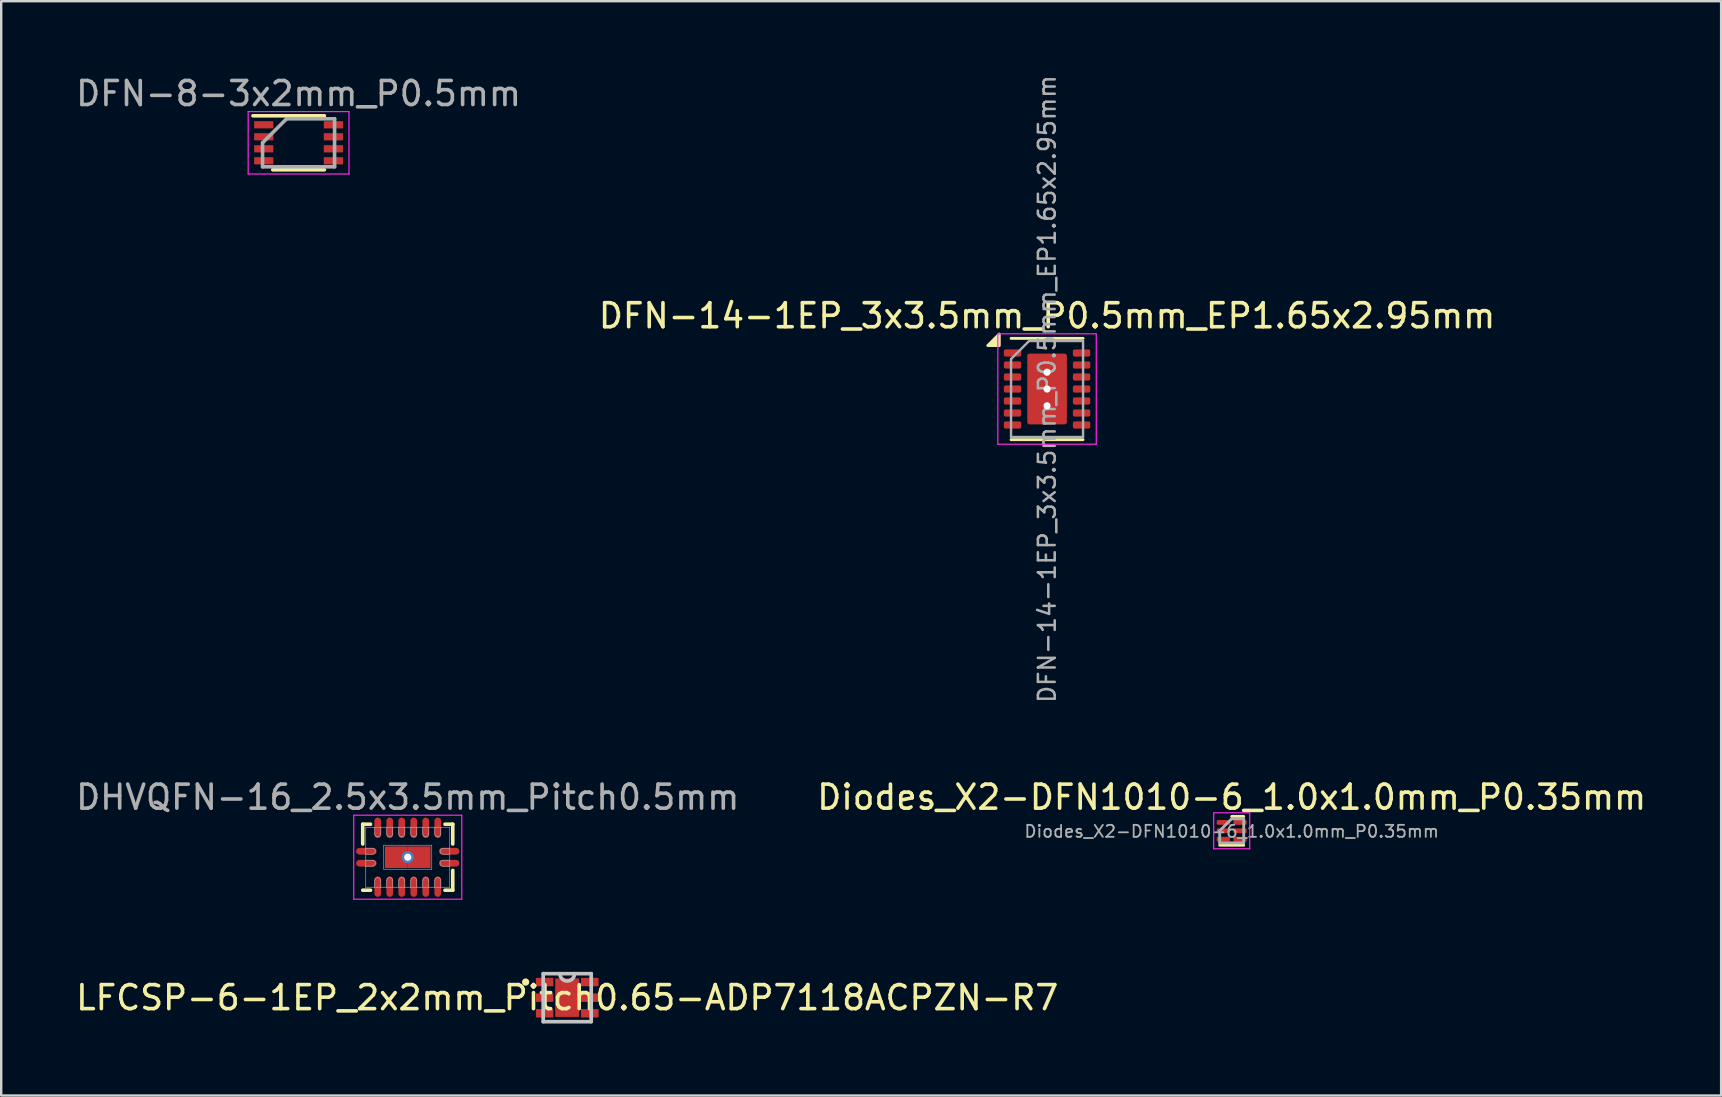
<source format=kicad_pcb>
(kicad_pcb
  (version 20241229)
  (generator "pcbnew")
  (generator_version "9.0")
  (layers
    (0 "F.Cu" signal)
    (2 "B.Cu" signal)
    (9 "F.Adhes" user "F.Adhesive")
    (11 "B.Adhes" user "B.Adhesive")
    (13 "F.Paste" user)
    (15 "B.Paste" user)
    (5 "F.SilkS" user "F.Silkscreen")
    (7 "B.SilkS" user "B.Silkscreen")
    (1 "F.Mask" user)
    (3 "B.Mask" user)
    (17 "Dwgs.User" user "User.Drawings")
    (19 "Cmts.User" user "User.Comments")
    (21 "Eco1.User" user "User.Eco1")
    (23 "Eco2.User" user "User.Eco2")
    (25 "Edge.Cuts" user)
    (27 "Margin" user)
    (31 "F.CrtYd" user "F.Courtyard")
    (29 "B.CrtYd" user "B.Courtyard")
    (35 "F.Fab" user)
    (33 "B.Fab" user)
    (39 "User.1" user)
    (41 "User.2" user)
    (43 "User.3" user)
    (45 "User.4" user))
  (footprint "LFCSP-6-1EP_2x2mm_Pitch0.65-ADP7118ACPZN-R7"
    (layer "F.Cu")
    (at 20.577 38.508)
    (property "Reference" "LFCSP-6-1EP_2x2mm_Pitch0.65-ADP7118ACPZN-R7" (at 0 0 0) (layer "F.SilkS") (effects (font (size 1 1) (thickness 0.15))))
    (attr through_hole)
    (fp_circle (center -1.731 -0.65) (end -1.655 -0.65) (stroke (width 0.152) (type solid)) (fill no) (layer "F.SilkS"))
    (fp_line (start -1 -1) (end -1 1) (stroke (width 0.152) (type solid)) (layer "Dwgs.User"))
    (fp_line (start -1 1) (end 1 1) (stroke (width 0.152) (type solid)) (layer "Dwgs.User"))
    (fp_line (start 1 -1) (end -1 -1) (stroke (width 0.152) (type solid)) (layer "Dwgs.User"))
    (fp_line (start 1 1) (end 1 -1) (stroke (width 0.152) (type solid)) (layer "Dwgs.User"))
    (fp_arc (start 0.3048 -1) (mid 0 -0.6952) (end -0.3048 -1) (stroke (width 0.1524) (type solid)) (layer "Dwgs.User"))
    (fp_text user "Copyright 2016 Accelerated Designs. All rights reserved." (at 0 0 0) (layer "Cmts.User") (effects (font (size 0.127 0.127) (thickness 0.002))))
    (pad "" smd rect (at -0.94 -0.65) (size 0.73 0.35) (layers "F.Mask"))
    (pad "" smd rect (at -0.94 -0.65) (size 0.73 0.35) (layers "F.Paste"))
    (pad "" smd rect (at -0.94 0) (size 0.73 0.35) (layers "F.Mask"))
    (pad "" smd rect (at -0.94 0) (size 0.73 0.35) (layers "F.Paste"))
    (pad "" smd rect (at -0.94 0.65) (size 0.73 0.35) (layers "F.Mask"))
    (pad "" smd rect (at -0.94 0.65) (size 0.73 0.35) (layers "F.Paste"))
    (pad "" smd rect (at 0 0) (size 0.025 0.025) (layers "F.Paste"))
    (pad "" smd rect (at 0 0) (size 1 1.6) (layers "F.Mask"))
    (pad "" smd rect (at 0.94 -0.65) (size 0.73 0.35) (layers "F.Mask"))
    (pad "" smd rect (at 0.94 -0.65) (size 0.73 0.35) (layers "F.Paste"))
    (pad "" smd rect (at 0.94 0) (size 0.73 0.35) (layers "F.Mask"))
    (pad "" smd rect (at 0.94 0) (size 0.73 0.35) (layers "F.Paste"))
    (pad "" smd rect (at 0.94 0.65) (size 0.73 0.35) (layers "F.Mask"))
    (pad "" smd rect (at 0.94 0.65) (size 0.73 0.35) (layers "F.Paste"))
    (pad "1" smd rect (at -0.94 -0.65) (size 0.73 0.35) (layers "F.Cu"))
    (pad "2" smd rect (at -0.94 0) (size 0.73 0.35) (layers "F.Cu"))
    (pad "3" smd rect (at -0.94 0.65) (size 0.73 0.35) (layers "F.Cu"))
    (pad "4" smd rect (at 0.94 0.65) (size 0.73 0.35) (layers "F.Cu"))
    (pad "5" smd rect (at 0.94 0) (size 0.73 0.35) (layers "F.Cu"))
    (pad "6" smd rect (at 0.94 -0.65) (size 0.73 0.35) (layers "F.Cu"))
    (pad "7" smd rect (at 0 0) (size 1 1.6) (layers "F.Cu")))
  (footprint "Diodes_X2-DFN1010-6_1.0x1.0mm_P0.35mm"
    (layer "F.Cu")
    (at 48.256 31.557)
    (property "Reference" "Diodes_X2-DFN1010-6_1.0x1.0mm_P0.35mm" (at 0 -1.4 0) (layer "F.SilkS") (effects (font (size 1 1) (thickness 0.15))))
    (attr smd)
    (fp_line (start -0.5 0.6) (end 0.5 0.6) (stroke (width 0.12) (type solid)) (layer "F.SilkS"))
    (fp_line (start 0 -0.6) (end 0.5 -0.6) (stroke (width 0.12) (type solid)) (layer "F.SilkS"))
    (fp_line (start -0.75 -0.75) (end -0.75 0.75) (stroke (width 0.05) (type solid)) (layer "F.CrtYd"))
    (fp_line (start -0.75 -0.75) (end 0.75 -0.75) (stroke (width 0.05) (type solid)) (layer "F.CrtYd"))
    (fp_line (start 0.75 0.75) (end -0.75 0.75) (stroke (width 0.05) (type solid)) (layer "F.CrtYd"))
    (fp_line (start 0.75 0.75) (end 0.75 -0.75) (stroke (width 0.05) (type solid)) (layer "F.CrtYd"))
    (fp_line (start -0.5 0) (end -0.5 0.5) (stroke (width 0.12) (type solid)) (layer "F.Fab"))
    (fp_line (start -0.5 0.5) (end 0.5 0.5) (stroke (width 0.12) (type solid)) (layer "F.Fab"))
    (fp_line (start 0 -0.5) (end -0.5 0) (stroke (width 0.12) (type solid)) (layer "F.Fab"))
    (fp_line (start 0.5 -0.5) (end 0 -0.5) (stroke (width 0.12) (type solid)) (layer "F.Fab"))
    (fp_line (start 0.5 0.5) (end 0.5 -0.5) (stroke (width 0.12) (type solid)) (layer "F.Fab"))
    (fp_text user "${REFERENCE}" (at 0 0.025 0) (layer "F.Fab") (effects (font (size 0.5 0.5) (thickness 0.075))))
    (pad "1" smd roundrect (at -0.35 -0.35) (size 0.55 0.2) (layers "F.Cu" "F.Mask" "F.Paste") (roundrect_rratio 0.25))
    (pad "2" smd roundrect (at -0.35 0) (size 0.55 0.2) (layers "F.Cu" "F.Mask" "F.Paste") (roundrect_rratio 0.25))
    (pad "3" smd roundrect (at -0.35 0.35) (size 0.55 0.2) (layers "F.Cu" "F.Mask" "F.Paste") (roundrect_rratio 0.25))
    (pad "4" smd roundrect (at 0.35 0.35) (size 0.55 0.2) (layers "F.Cu" "F.Mask" "F.Paste") (roundrect_rratio 0.25))
    (pad "5" smd roundrect (at 0.35 0) (size 0.55 0.2) (layers "F.Cu" "F.Mask" "F.Paste") (roundrect_rratio 0.25))
    (pad "6" smd roundrect (at 0.35 -0.35) (size 0.55 0.2) (layers "F.Cu" "F.Mask" "F.Paste") (roundrect_rratio 0.25)))
  (footprint "DFN-14-1EP_3x3.5mm_P0.5mm_EP1.65x2.95mm"
    (layer "F.Cu")
    (at 40.565 13.154)
    (property "Reference" "DFN-14-1EP_3x3.5mm_P0.5mm_EP1.65x2.95mm" (at 0 -3.05 0) (layer "F.SilkS") (effects (font (size 1 1) (thickness 0.15))))
    (attr smd)
    (fp_line (start -1.5 -2.11) (end 1.5 -2.11) (stroke (width 0.12) (type solid)) (layer "F.SilkS"))
    (fp_line (start -1.5 2.11) (end 1.5 2.11) (stroke (width 0.12) (type solid)) (layer "F.SilkS"))
    (fp_poly (pts (xy -1.99 -1.81) (xy -2.47 -1.81) (xy -1.99 -2.29) (xy -1.99 -1.81)) (stroke (width 0.12) (type solid)) (fill yes) (layer "F.SilkS"))
    (fp_line (start -2.05 -2.3) (end -2.05 2.3) (stroke (width 0.05) (type solid)) (layer "F.CrtYd"))
    (fp_line (start -2.05 -2.3) (end 2.05 -2.3) (stroke (width 0.05) (type solid)) (layer "F.CrtYd"))
    (fp_line (start -2.05 2.3) (end 2.05 2.3) (stroke (width 0.05) (type solid)) (layer "F.CrtYd"))
    (fp_line (start 2.05 -2.3) (end 2.05 2.3) (stroke (width 0.05) (type solid)) (layer "F.CrtYd"))
    (fp_line (start -1.5 -1.25) (end -0.75 -2) (stroke (width 0.1) (type solid)) (layer "F.Fab"))
    (fp_line (start -1.5 2) (end -1.5 -1.25) (stroke (width 0.1) (type solid)) (layer "F.Fab"))
    (fp_line (start -0.75 -2) (end 1.5 -2) (stroke (width 0.1) (type solid)) (layer "F.Fab"))
    (fp_line (start 1.5 -2) (end 1.5 2) (stroke (width 0.1) (type solid)) (layer "F.Fab"))
    (fp_line (start 1.5 2) (end -1.5 2) (stroke (width 0.1) (type solid)) (layer "F.Fab"))
    (fp_text user "${REFERENCE}" (at 0 0 90) (layer "F.Fab") (effects (font (size 0.7 0.7) (thickness 0.105))))
    (pad "" smd rect (at -0.425 -1.1) (size 0.685 0.635) (layers "F.Paste"))
    (pad "" smd rect (at -0.425 -0.339) (size 0.685 0.522) (layers "F.Paste"))
    (pad "" smd rect (at -0.425 0.339) (size 0.685 0.522) (layers "F.Paste"))
    (pad "" smd rect (at -0.425 1.1) (size 0.685 0.635) (layers "F.Paste"))
    (pad "" smd rect (at 0.425 -1.1) (size 0.685 0.635) (layers "F.Paste"))
    (pad "" smd rect (at 0.425 -0.339) (size 0.685 0.522) (layers "F.Paste"))
    (pad "" smd rect (at 0.425 0.339) (size 0.685 0.522) (layers "F.Paste"))
    (pad "" smd rect (at 0.425 1.1) (size 0.685 0.635) (layers "F.Paste"))
    (pad "1" smd roundrect (at -1.438 -1.5) (size 0.725 0.3) (layers "F.Cu" "F.Mask" "F.Paste") (roundrect_rratio 0.25))
    (pad "2" smd roundrect (at -1.438 -1) (size 0.725 0.3) (layers "F.Cu" "F.Mask" "F.Paste") (roundrect_rratio 0.25))
    (pad "3" smd roundrect (at -1.438 -0.5) (size 0.725 0.3) (layers "F.Cu" "F.Mask" "F.Paste") (roundrect_rratio 0.25))
    (pad "4" smd roundrect (at -1.438 0) (size 0.725 0.3) (layers "F.Cu" "F.Mask" "F.Paste") (roundrect_rratio 0.25))
    (pad "5" smd roundrect (at -1.438 0.5) (size 0.725 0.3) (layers "F.Cu" "F.Mask" "F.Paste") (roundrect_rratio 0.25))
    (pad "6" smd roundrect (at -1.438 1) (size 0.725 0.3) (layers "F.Cu" "F.Mask" "F.Paste") (roundrect_rratio 0.25))
    (pad "7" smd roundrect (at -1.438 1.5) (size 0.725 0.3) (layers "F.Cu" "F.Mask" "F.Paste") (roundrect_rratio 0.25))
    (pad "8" smd roundrect (at 1.438 1.5) (size 0.725 0.3) (layers "F.Cu" "F.Mask" "F.Paste") (roundrect_rratio 0.25))
    (pad "9" smd roundrect (at 1.438 1) (size 0.725 0.3) (layers "F.Cu" "F.Mask" "F.Paste") (roundrect_rratio 0.25))
    (pad "10" smd roundrect (at 1.438 0.5) (size 0.725 0.3) (layers "F.Cu" "F.Mask" "F.Paste") (roundrect_rratio 0.25))
    (pad "11" smd roundrect (at 1.438 0) (size 0.725 0.3) (layers "F.Cu" "F.Mask" "F.Paste") (roundrect_rratio 0.25))
    (pad "12" smd roundrect (at 1.438 -0.5) (size 0.725 0.3) (layers "F.Cu" "F.Mask" "F.Paste") (roundrect_rratio 0.25))
    (pad "13" smd roundrect (at 1.438 -1) (size 0.725 0.3) (layers "F.Cu" "F.Mask" "F.Paste") (roundrect_rratio 0.25))
    (pad "14" smd roundrect (at 1.438 -1.5) (size 0.725 0.3) (layers "F.Cu" "F.Mask" "F.Paste") (roundrect_rratio 0.25))
    (pad "15" thru_hole circle (at 0 -0.7) (size 0.5 0.5) (drill 0.3) (property pad_prop_heatsink) (layers "*.Cu" "F.Mask") (remove_unused_layers yes) (zone_layer_connections))
    (pad "15" thru_hole circle (at 0 0) (size 0.5 0.5) (drill 0.3) (property pad_prop_heatsink) (layers "*.Cu" "F.Mask") (remove_unused_layers yes) (zone_layer_connections))
    (pad "15" smd roundrect (at 0 0) (size 1.65 2.95) (layers "F.Cu" "F.Mask") (roundrect_rratio 0.061))
    (pad "15" thru_hole circle (at 0 0.7) (size 0.5 0.5) (drill 0.3) (property pad_prop_heatsink) (layers "*.Cu" "F.Mask") (remove_unused_layers yes) (zone_layer_connections)))
  (footprint "DHVQFN-16_2.5x3.5mm_Pitch0.5mm"
    (layer "F.Cu")
    (at 13.935 32.657)
    (property "Reference" "DHVQFN-16_2.5x3.5mm_Pitch0.5mm" (at 0 -2.5 0) (layer "F.Fab") (effects (font (size 1 1) (thickness 0.15))))
    (attr through_hole)
    (fp_line (start -1.875 -1.375) (end -1.55 -1.375) (stroke (width 0.15) (type solid)) (layer "F.SilkS"))
    (fp_line (start -1.875 -0.55) (end -1.875 -1.375) (stroke (width 0.15) (type solid)) (layer "F.SilkS"))
    (fp_line (start -1.875 1.375) (end -1.55 1.375) (stroke (width 0.15) (type solid)) (layer "F.SilkS"))
    (fp_line (start 1.875 -1.375) (end 1.55 -1.375) (stroke (width 0.15) (type solid)) (layer "F.SilkS"))
    (fp_line (start 1.875 -0.55) (end 1.875 -1.375) (stroke (width 0.15) (type solid)) (layer "F.SilkS"))
    (fp_line (start 1.875 1.375) (end 1.55 1.375) (stroke (width 0.15) (type solid)) (layer "F.SilkS"))
    (fp_line (start 1.875 1.375) (end 1.875 0.55) (stroke (width 0.15) (type solid)) (layer "F.SilkS"))
    (fp_line (start -2.25 -1.75) (end 2.25 -1.75) (stroke (width 0.05) (type solid)) (layer "F.CrtYd"))
    (fp_line (start -2.25 1.75) (end -2.25 -1.75) (stroke (width 0.05) (type solid)) (layer "F.CrtYd"))
    (fp_line (start 2.25 -1.75) (end 2.25 1.75) (stroke (width 0.05) (type solid)) (layer "F.CrtYd"))
    (fp_line (start 2.25 1.75) (end -2.25 1.75) (stroke (width 0.05) (type solid)) (layer "F.CrtYd"))
    (fp_line (start -1.75 -1.25) (end 1.75 -1.25) (stroke (width 0.025) (type solid)) (layer "F.Fab"))
    (fp_line (start -1.75 -0.375) (end -1.475 -0.375) (stroke (width 0.025) (type solid)) (layer "F.Fab"))
    (fp_line (start -1.75 -0.125) (end -1.475 -0.125) (stroke (width 0.025) (type solid)) (layer "F.Fab"))
    (fp_line (start -1.75 0.125) (end -1.475 0.125) (stroke (width 0.025) (type solid)) (layer "F.Fab"))
    (fp_line (start -1.75 0.375) (end -1.475 0.375) (stroke (width 0.025) (type solid)) (layer "F.Fab"))
    (fp_line (start -1.75 1.25) (end -1.75 -1.25) (stroke (width 0.025) (type solid)) (layer "F.Fab"))
    (fp_line (start -1.375 -1.25) (end -1.375 -0.975) (stroke (width 0.025) (type solid)) (layer "F.Fab"))
    (fp_line (start -1.375 1.25) (end -1.375 0.975) (stroke (width 0.025) (type solid)) (layer "F.Fab"))
    (fp_line (start -1.125 -1.25) (end -1.125 -0.975) (stroke (width 0.025) (type solid)) (layer "F.Fab"))
    (fp_line (start -1.125 1.25) (end -1.125 0.975) (stroke (width 0.025) (type solid)) (layer "F.Fab"))
    (fp_line (start -1 -0.5) (end 1 -0.5) (stroke (width 0.025) (type solid)) (layer "F.Fab"))
    (fp_line (start -1 0.5) (end -1 -0.5) (stroke (width 0.025) (type solid)) (layer "F.Fab"))
    (fp_line (start -0.875 -1.25) (end -0.875 -0.975) (stroke (width 0.025) (type solid)) (layer "F.Fab"))
    (fp_line (start -0.875 1.25) (end -0.875 0.975) (stroke (width 0.025) (type solid)) (layer "F.Fab"))
    (fp_line (start -0.625 -1.25) (end -0.625 -0.975) (stroke (width 0.025) (type solid)) (layer "F.Fab"))
    (fp_line (start -0.625 1.25) (end -0.625 0.975) (stroke (width 0.025) (type solid)) (layer "F.Fab"))
    (fp_line (start -0.375 -1.25) (end -0.375 -0.975) (stroke (width 0.025) (type solid)) (layer "F.Fab"))
    (fp_line (start -0.375 1.25) (end -0.375 0.975) (stroke (width 0.025) (type solid)) (layer "F.Fab"))
    (fp_line (start -0.125 -1.25) (end -0.125 -0.975) (stroke (width 0.025) (type solid)) (layer "F.Fab"))
    (fp_line (start -0.125 1.25) (end -0.125 0.975) (stroke (width 0.025) (type solid)) (layer "F.Fab"))
    (fp_line (start 0.125 -1.25) (end 0.125 -0.975) (stroke (width 0.025) (type solid)) (layer "F.Fab"))
    (fp_line (start 0.125 1.25) (end 0.125 0.975) (stroke (width 0.025) (type solid)) (layer "F.Fab"))
    (fp_line (start 0.375 -1.25) (end 0.375 -0.975) (stroke (width 0.025) (type solid)) (layer "F.Fab"))
    (fp_line (start 0.375 1.25) (end 0.375 0.975) (stroke (width 0.025) (type solid)) (layer "F.Fab"))
    (fp_line (start 0.625 -1.25) (end 0.625 -0.975) (stroke (width 0.025) (type solid)) (layer "F.Fab"))
    (fp_line (start 0.625 1.25) (end 0.625 0.975) (stroke (width 0.025) (type solid)) (layer "F.Fab"))
    (fp_line (start 0.875 -1.25) (end 0.875 -0.975) (stroke (width 0.025) (type solid)) (layer "F.Fab"))
    (fp_line (start 0.875 1.25) (end 0.875 0.975) (stroke (width 0.025) (type solid)) (layer "F.Fab"))
    (fp_line (start 1 -0.5) (end 1 0.5) (stroke (width 0.025) (type solid)) (layer "F.Fab"))
    (fp_line (start 1 0.5) (end -1 0.5) (stroke (width 0.025) (type solid)) (layer "F.Fab"))
    (fp_line (start 1.125 -1.25) (end 1.125 -0.975) (stroke (width 0.025) (type solid)) (layer "F.Fab"))
    (fp_line (start 1.125 1.25) (end 1.125 0.975) (stroke (width 0.025) (type solid)) (layer "F.Fab"))
    (fp_line (start 1.375 -1.25) (end 1.375 -0.975) (stroke (width 0.025) (type solid)) (layer "F.Fab"))
    (fp_line (start 1.375 1.25) (end 1.375 0.975) (stroke (width 0.025) (type solid)) (layer "F.Fab"))
    (fp_line (start 1.75 -1.25) (end 1.75 1.25) (stroke (width 0.025) (type solid)) (layer "F.Fab"))
    (fp_line (start 1.75 -0.375) (end 1.475 -0.375) (stroke (width 0.025) (type solid)) (layer "F.Fab"))
    (fp_line (start 1.75 -0.125) (end 1.475 -0.125) (stroke (width 0.025) (type solid)) (layer "F.Fab"))
    (fp_line (start 1.75 0.125) (end 1.475 0.125) (stroke (width 0.025) (type solid)) (layer "F.Fab"))
    (fp_line (start 1.75 0.375) (end 1.475 0.375) (stroke (width 0.025) (type solid)) (layer "F.Fab"))
    (fp_line (start 1.75 1.25) (end -1.75 1.25) (stroke (width 0.025) (type solid)) (layer "F.Fab"))
    (fp_arc (start -1.475 -0.375) (mid -1.35 -0.25) (end -1.475 -0.125) (stroke (width 0.025) (type solid)) (layer "F.Fab"))
    (fp_arc (start -1.475 0.125) (mid -1.35 0.25) (end -1.475 0.375) (stroke (width 0.025) (type solid)) (layer "F.Fab"))
    (fp_arc (start -1.375 0.975) (mid -1.25 0.85) (end -1.125 0.975) (stroke (width 0.025) (type solid)) (layer "F.Fab"))
    (fp_arc (start -1.125 -0.975) (mid -1.25 -0.85) (end -1.375 -0.975) (stroke (width 0.025) (type solid)) (layer "F.Fab"))
    (fp_arc (start -0.875 0.975) (mid -0.75 0.85) (end -0.625 0.975) (stroke (width 0.025) (type solid)) (layer "F.Fab"))
    (fp_arc (start -0.625 -0.975) (mid -0.75 -0.85) (end -0.875 -0.975) (stroke (width 0.025) (type solid)) (layer "F.Fab"))
    (fp_arc (start -0.375 0.975) (mid -0.25 0.85) (end -0.125 0.975) (stroke (width 0.025) (type solid)) (layer "F.Fab"))
    (fp_arc (start -0.125 -0.975) (mid -0.25 -0.85) (end -0.375 -0.975) (stroke (width 0.025) (type solid)) (layer "F.Fab"))
    (fp_arc (start 0.125 0.975) (mid 0.25 0.85) (end 0.375 0.975) (stroke (width 0.025) (type solid)) (layer "F.Fab"))
    (fp_arc (start 0.375 -0.975) (mid 0.25 -0.85) (end 0.125 -0.975) (stroke (width 0.025) (type solid)) (layer "F.Fab"))
    (fp_arc (start 0.625 0.975) (mid 0.75 0.85) (end 0.875 0.975) (stroke (width 0.025) (type solid)) (layer "F.Fab"))
    (fp_arc (start 0.875 -0.975) (mid 0.75 -0.85) (end 0.625 -0.975) (stroke (width 0.025) (type solid)) (layer "F.Fab"))
    (fp_arc (start 1.125 0.975) (mid 1.25 0.85) (end 1.375 0.975) (stroke (width 0.025) (type solid)) (layer "F.Fab"))
    (fp_arc (start 1.375 -0.975) (mid 1.25 -0.85) (end 1.125 -0.975) (stroke (width 0.025) (type solid)) (layer "F.Fab"))
    (fp_arc (start 1.475 -0.125) (mid 1.35 -0.25) (end 1.475 -0.375) (stroke (width 0.025) (type solid)) (layer "F.Fab"))
    (fp_arc (start 1.475 0.375) (mid 1.35 0.25) (end 1.475 0.125) (stroke (width 0.025) (type solid)) (layer "F.Fab"))
    (pad "1" smd oval (at -1.725 0.25 90) (size 0.28 0.85) (layers "F.Cu" "F.Mask" "F.Paste"))
    (pad "2" smd oval (at -1.25 1.225) (size 0.28 0.85) (layers "F.Cu" "F.Mask" "F.Paste"))
    (pad "3" smd oval (at -0.75 1.225) (size 0.28 0.85) (layers "F.Cu" "F.Mask" "F.Paste"))
    (pad "4" smd oval (at -0.25 1.225) (size 0.28 0.85) (layers "F.Cu" "F.Mask" "F.Paste"))
    (pad "5" smd oval (at 0.25 1.225) (size 0.28 0.85) (layers "F.Cu" "F.Mask" "F.Paste"))
    (pad "6" smd oval (at 0.75 1.225) (size 0.28 0.85) (layers "F.Cu" "F.Mask" "F.Paste"))
    (pad "7" smd oval (at 1.25 1.225) (size 0.28 0.85) (layers "F.Cu" "F.Mask" "F.Paste"))
    (pad "8" smd oval (at 1.725 0.25 90) (size 0.28 0.85) (layers "F.Cu" "F.Mask" "F.Paste"))
    (pad "9" smd oval (at 1.725 -0.25 90) (size 0.28 0.85) (layers "F.Cu" "F.Mask" "F.Paste"))
    (pad "10" smd oval (at 1.25 -1.225) (size 0.28 0.85) (layers "F.Cu" "F.Mask" "F.Paste"))
    (pad "11" smd oval (at 0.75 -1.225) (size 0.28 0.85) (layers "F.Cu" "F.Mask" "F.Paste"))
    (pad "12" smd oval (at 0.25 -1.225) (size 0.28 0.85) (layers "F.Cu" "F.Mask" "F.Paste"))
    (pad "13" smd oval (at -0.25 -1.225) (size 0.28 0.85) (layers "F.Cu" "F.Mask" "F.Paste"))
    (pad "14" smd oval (at -0.75 -1.225) (size 0.28 0.85) (layers "F.Cu" "F.Mask" "F.Paste"))
    (pad "15" smd oval (at -1.25 -1.225) (size 0.28 0.85) (layers "F.Cu" "F.Mask" "F.Paste"))
    (pad "16" smd oval (at -1.725 -0.25 90) (size 0.28 0.85) (layers "F.Cu" "F.Mask" "F.Paste"))
    (pad "17" smd rect (at -0.475 0) (size 0.95 0.9) (layers "F.Cu" "F.Mask" "F.Paste"))
    (pad "17" thru_hole circle (at 0 0) (size 0.5 0.5) (drill 0.3) (layers "*.Cu"))
    (pad "17" smd rect (at 0.475 0) (size 0.95 0.9) (layers "F.Cu" "F.Mask" "F.Paste")))
  (footprint "DFN-8-3x2mm_P0.5mm"
    (layer "F.Cu")
    (at 9.387 2.898)
    (property "Reference" "DFN-8-3x2mm_P0.5mm" (at 0 -2.05 0) (layer "F.Fab") (effects (font (size 1 1) (thickness 0.15))))
    (attr smd)
    (fp_line (start -1.9 -1.125) (end 1.075 -1.125) (stroke (width 0.15) (type solid)) (layer "F.SilkS"))
    (fp_line (start -1.075 1.125) (end 1.075 1.125) (stroke (width 0.15) (type solid)) (layer "F.SilkS"))
    (fp_line (start -2.1 -1.3) (end -2.1 1.3) (stroke (width 0.05) (type solid)) (layer "F.CrtYd"))
    (fp_line (start -2.1 -1.3) (end 2.1 -1.3) (stroke (width 0.05) (type solid)) (layer "F.CrtYd"))
    (fp_line (start -2.1 1.3) (end 2.1 1.3) (stroke (width 0.05) (type solid)) (layer "F.CrtYd"))
    (fp_line (start 2.1 -1.3) (end 2.1 1.3) (stroke (width 0.05) (type solid)) (layer "F.CrtYd"))
    (fp_line (start -1.5 0) (end -0.5 -1) (stroke (width 0.15) (type solid)) (layer "F.Fab"))
    (fp_line (start -1.5 1) (end -1.5 0) (stroke (width 0.15) (type solid)) (layer "F.Fab"))
    (fp_line (start -0.5 -1) (end 1.5 -1) (stroke (width 0.15) (type solid)) (layer "F.Fab"))
    (fp_line (start 1.5 -1) (end 1.5 1) (stroke (width 0.15) (type solid)) (layer "F.Fab"))
    (fp_line (start 1.5 1) (end -1.5 1) (stroke (width 0.15) (type solid)) (layer "F.Fab"))
    (pad "1" smd rect (at -1.45 -0.75) (size 0.8 0.3) (layers "F.Cu" "F.Mask" "F.Paste"))
    (pad "2" smd rect (at -1.45 -0.25) (size 0.8 0.3) (layers "F.Cu" "F.Mask" "F.Paste"))
    (pad "3" smd rect (at -1.45 0.25) (size 0.8 0.3) (layers "F.Cu" "F.Mask" "F.Paste"))
    (pad "4" smd rect (at -1.45 0.75) (size 0.8 0.3) (layers "F.Cu" "F.Mask" "F.Paste"))
    (pad "5" smd rect (at 1.45 0.75) (size 0.8 0.3) (layers "F.Cu" "F.Mask" "F.Paste"))
    (pad "6" smd rect (at 1.45 0.25) (size 0.8 0.3) (layers "F.Cu" "F.Mask" "F.Paste"))
    (pad "7" smd rect (at 1.45 -0.25) (size 0.8 0.3) (layers "F.Cu" "F.Mask" "F.Paste"))
    (pad "8" smd rect (at 1.45 -0.75) (size 0.8 0.3) (layers "F.Cu" "F.Mask" "F.Paste")))
  (gr_rect
    (start -3 -3)
    (end 68.643 42.584)
    (stroke (width 0.1) (type default))
    (fill no)
    (layer "Edge.Cuts")))
</source>
